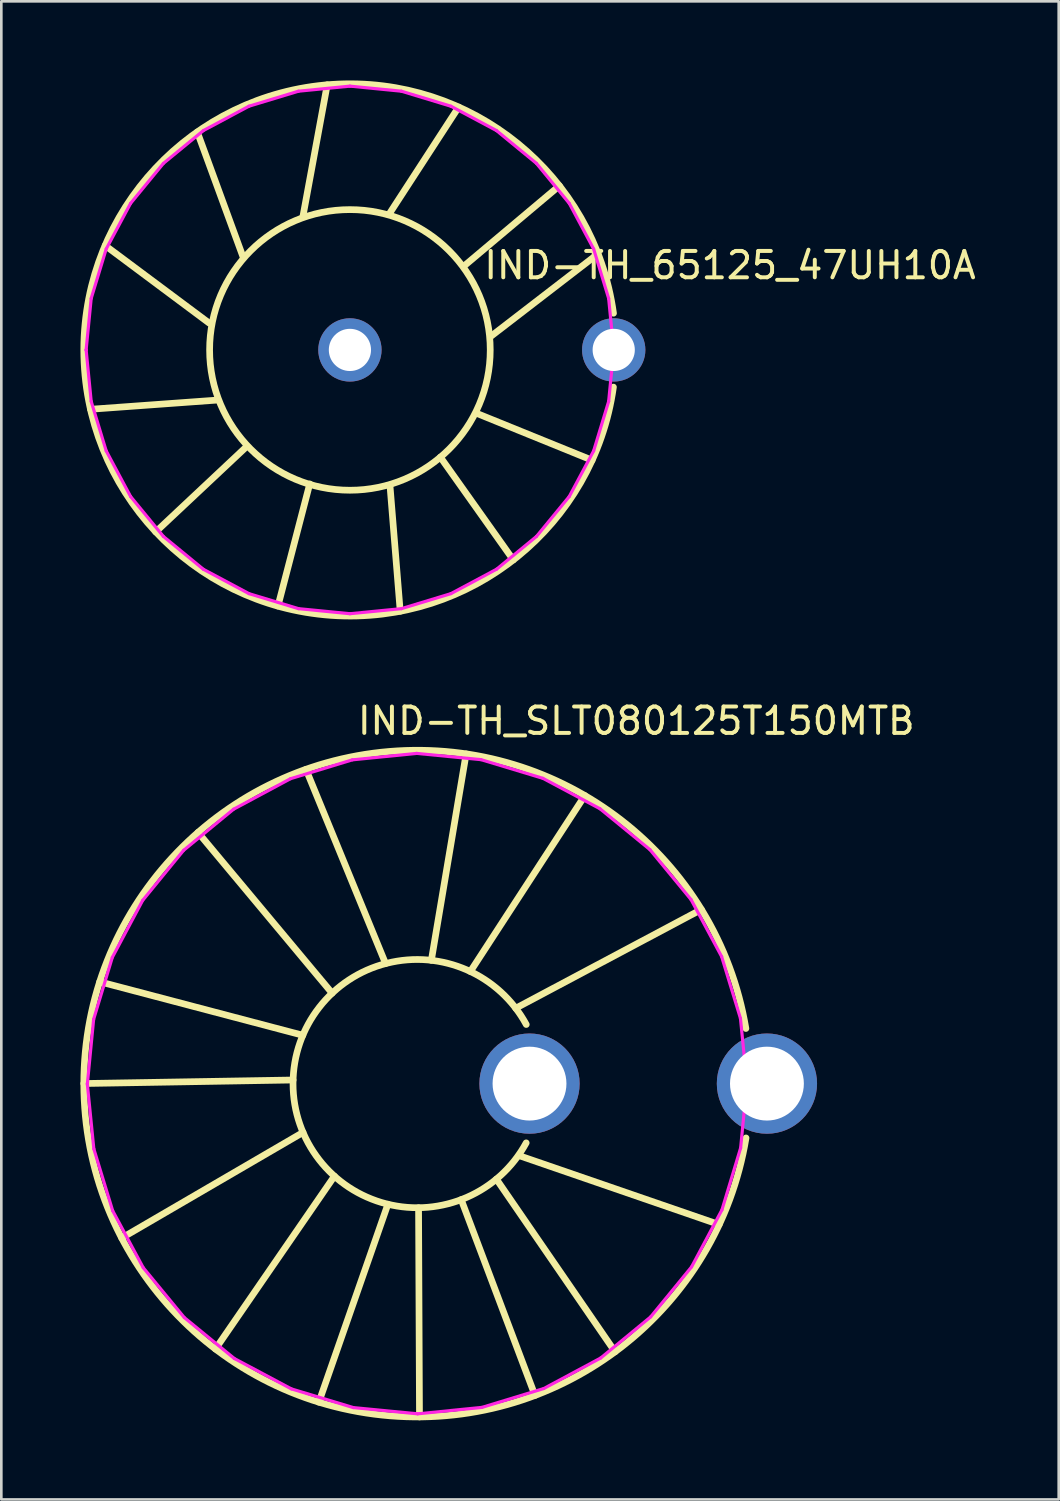
<source format=kicad_pcb>
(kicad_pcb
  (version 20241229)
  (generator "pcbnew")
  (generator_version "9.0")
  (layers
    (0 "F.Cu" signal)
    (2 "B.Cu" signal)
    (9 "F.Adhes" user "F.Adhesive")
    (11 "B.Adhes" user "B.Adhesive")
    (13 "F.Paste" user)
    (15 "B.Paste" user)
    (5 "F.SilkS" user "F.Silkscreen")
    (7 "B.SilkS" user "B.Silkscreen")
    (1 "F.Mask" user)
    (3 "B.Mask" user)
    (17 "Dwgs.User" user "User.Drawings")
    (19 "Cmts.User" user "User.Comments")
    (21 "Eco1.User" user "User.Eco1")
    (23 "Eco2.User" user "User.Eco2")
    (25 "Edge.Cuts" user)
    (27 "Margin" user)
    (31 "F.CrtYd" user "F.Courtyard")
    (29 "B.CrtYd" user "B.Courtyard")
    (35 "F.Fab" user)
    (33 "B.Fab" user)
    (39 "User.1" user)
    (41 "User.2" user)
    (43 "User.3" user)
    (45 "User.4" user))
  (footprint "IND-TH_65125_47UH10A"
    (layer "F.Cu")
    (at 15.215 10.215)
    (property "Reference" "IND-TH_65125_47UH10A" (at 0 -3.207 0) (layer "F.SilkS") (effects (font (size 1 1) (thickness 0.15)) (justify left)))
    (attr through_hole)
    (fp_line (start -14.833 2.25) (end -10.08 1.905) (stroke (width 0.254) (type solid)) (layer "F.SilkS"))
    (fp_line (start -14.279 -3.958) (end -10.334 -1.016) (stroke (width 0.254) (type solid)) (layer "F.SilkS"))
    (fp_line (start -12.361 6.897) (end -8.937 3.683) (stroke (width 0.254) (type solid)) (layer "F.SilkS"))
    (fp_line (start -10.786 -8.263) (end -9.064 -3.556) (stroke (width 0.254) (type solid)) (layer "F.SilkS"))
    (fp_line (start -7.729 9.711) (end -6.524 5.08) (stroke (width 0.254) (type solid)) (layer "F.SilkS"))
    (fp_line (start -5.861 -10.051) (end -6.778 -5.08) (stroke (width 0.254) (type solid)) (layer "F.SilkS"))
    (fp_line (start -3.094 9.906) (end -3.476 5.207) (stroke (width 0.254) (type solid)) (layer "F.SilkS"))
    (fp_line (start -0.878 -9.207) (end -3.476 -5.207) (stroke (width 0.254) (type solid)) (layer "F.SilkS"))
    (fp_line (start 0.334 -0.508) (end 4.406 -3.645) (stroke (width 0.254) (type solid)) (layer "F.SilkS"))
    (fp_line (start 1.194 7.962) (end -1.571 4.064) (stroke (width 0.254) (type solid)) (layer "F.SilkS"))
    (fp_line (start 2.94 -6.222) (end -0.682 -3.175) (stroke (width 0.254) (type solid)) (layer "F.SilkS"))
    (fp_line (start 4.18 4.181) (end -0.174 2.413) (stroke (width 0.254) (type solid)) (layer "F.SilkS"))
    (fp_arc (start 4.989 1.409) (mid -15.08788 -0.009128) (end 4.991533 -1.390921) (stroke (width 0.254) (type solid)) (layer "F.SilkS"))
    (fp_circle (center -5 0) (end 0.319 0) (stroke (width 0.254) (type solid)) (fill no) (layer "F.SilkS"))
    (fp_circle (center -5 0) (end -4.7 0) (stroke (width 0.6) (type solid)) (fill no) (layer "Eco2.User"))
    (fp_circle (center 5 0) (end 5.3 0) (stroke (width 0.6) (type solid)) (fill no) (layer "Eco2.User"))
    (fp_line (start -15 0) (end -15 0) (stroke (width 0.12) (type solid)) (layer "F.CrtYd"))
    (fp_line (start -15 0) (end -14.808 -1.951) (stroke (width 0.12) (type solid)) (layer "F.CrtYd"))
    (fp_line (start -14.808 -1.951) (end -14.239 -3.827) (stroke (width 0.12) (type solid)) (layer "F.CrtYd"))
    (fp_line (start -14.808 1.951) (end -15 0) (stroke (width 0.12) (type solid)) (layer "F.CrtYd"))
    (fp_line (start -14.239 -3.827) (end -13.315 -5.556) (stroke (width 0.12) (type solid)) (layer "F.CrtYd"))
    (fp_line (start -14.239 3.827) (end -14.808 1.951) (stroke (width 0.12) (type solid)) (layer "F.CrtYd"))
    (fp_line (start -13.315 -5.556) (end -12.071 -7.071) (stroke (width 0.12) (type solid)) (layer "F.CrtYd"))
    (fp_line (start -13.315 5.556) (end -14.239 3.827) (stroke (width 0.12) (type solid)) (layer "F.CrtYd"))
    (fp_line (start -12.071 -7.071) (end -10.556 -8.315) (stroke (width 0.12) (type solid)) (layer "F.CrtYd"))
    (fp_line (start -12.071 7.071) (end -13.315 5.556) (stroke (width 0.12) (type solid)) (layer "F.CrtYd"))
    (fp_line (start -10.556 -8.315) (end -8.827 -9.239) (stroke (width 0.12) (type solid)) (layer "F.CrtYd"))
    (fp_line (start -10.556 8.315) (end -12.071 7.071) (stroke (width 0.12) (type solid)) (layer "F.CrtYd"))
    (fp_line (start -8.827 -9.239) (end -6.951 -9.808) (stroke (width 0.12) (type solid)) (layer "F.CrtYd"))
    (fp_line (start -8.827 9.239) (end -10.556 8.315) (stroke (width 0.12) (type solid)) (layer "F.CrtYd"))
    (fp_line (start -6.951 -9.808) (end -5 -10) (stroke (width 0.12) (type solid)) (layer "F.CrtYd"))
    (fp_line (start -6.951 9.808) (end -8.827 9.239) (stroke (width 0.12) (type solid)) (layer "F.CrtYd"))
    (fp_line (start -5 -10) (end -3.049 -9.808) (stroke (width 0.12) (type solid)) (layer "F.CrtYd"))
    (fp_line (start -5 10) (end -6.951 9.808) (stroke (width 0.12) (type solid)) (layer "F.CrtYd"))
    (fp_line (start -3.049 -9.808) (end -1.173 -9.239) (stroke (width 0.12) (type solid)) (layer "F.CrtYd"))
    (fp_line (start -3.049 9.808) (end -5 10) (stroke (width 0.12) (type solid)) (layer "F.CrtYd"))
    (fp_line (start -1.173 -9.239) (end 0.556 -8.315) (stroke (width 0.12) (type solid)) (layer "F.CrtYd"))
    (fp_line (start -1.173 9.239) (end -3.049 9.808) (stroke (width 0.12) (type solid)) (layer "F.CrtYd"))
    (fp_line (start 0.556 -8.315) (end 2.071 -7.071) (stroke (width 0.12) (type solid)) (layer "F.CrtYd"))
    (fp_line (start 0.556 8.315) (end -1.173 9.239) (stroke (width 0.12) (type solid)) (layer "F.CrtYd"))
    (fp_line (start 2.071 -7.071) (end 3.315 -5.556) (stroke (width 0.12) (type solid)) (layer "F.CrtYd"))
    (fp_line (start 2.071 7.071) (end 0.556 8.315) (stroke (width 0.12) (type solid)) (layer "F.CrtYd"))
    (fp_line (start 3.315 -5.556) (end 4.239 -3.827) (stroke (width 0.12) (type solid)) (layer "F.CrtYd"))
    (fp_line (start 3.315 5.556) (end 2.071 7.071) (stroke (width 0.12) (type solid)) (layer "F.CrtYd"))
    (fp_line (start 4.239 -3.827) (end 4.808 -1.951) (stroke (width 0.12) (type solid)) (layer "F.CrtYd"))
    (fp_line (start 4.239 3.827) (end 3.315 5.556) (stroke (width 0.12) (type solid)) (layer "F.CrtYd"))
    (fp_line (start 4.808 -1.951) (end 5 0) (stroke (width 0.12) (type solid)) (layer "F.CrtYd"))
    (fp_line (start 4.808 1.951) (end 4.239 3.827) (stroke (width 0.12) (type solid)) (layer "F.CrtYd"))
    (fp_line (start 5 0) (end 4.808 1.951) (stroke (width 0.12) (type solid)) (layer "F.CrtYd"))
    (pad "1" thru_hole circle (at -5 0) (size 2.4 2.4) (drill 1.6) (layers "*.Cu" "*.Mask"))
    (pad "2" thru_hole circle (at 5 0) (size 2.4 2.4) (drill 1.6) (layers "*.Cu" "*.Mask")))
  (footprint "IND-TH_SLT080125T150MTB"
    (layer "F.Cu")
    (at 21.523 38.028)
    (property "Reference" "IND-TH_SLT080125T150MTB" (at -11.1 -13.75 0) (layer "F.SilkS") (effects (font (size 1 1) (thickness 0.15)) (justify left)))
    (attr through_hole)
    (fp_line (start -13.463 -0.137) (end -21.396 -0.003) (stroke (width 0.254) (type solid)) (layer "F.SilkS"))
    (fp_line (start -13.093 -1.833) (end -20.792 -3.86) (stroke (width 0.254) (type solid)) (layer "F.SilkS"))
    (fp_line (start -13.086 1.85) (end -19.959 5.853) (stroke (width 0.254) (type solid)) (layer "F.SilkS"))
    (fp_line (start -11.982 -3.428) (end -17.067 -9.522) (stroke (width 0.254) (type solid)) (layer "F.SilkS"))
    (fp_line (start -11.896 3.507) (end -16.406 10.061) (stroke (width 0.254) (type solid)) (layer "F.SilkS"))
    (fp_line (start -9.956 -4.55) (end -12.974 -11.913) (stroke (width 0.254) (type solid)) (layer "F.SilkS"))
    (fp_line (start -9.869 4.572) (end -12.485 12.075) (stroke (width 0.254) (type solid)) (layer "F.SilkS"))
    (fp_line (start -8.706 4.704) (end -8.671 12.636) (stroke (width 0.254) (type solid)) (layer "F.SilkS"))
    (fp_line (start -8.221 -4.674) (end -6.903 -12.499) (stroke (width 0.254) (type solid)) (layer "F.SilkS"))
    (fp_line (start -7.089 4.398) (end -4.292 11.82) (stroke (width 0.254) (type solid)) (layer "F.SilkS"))
    (fp_line (start -6.742 -4.25) (end -2.403 -10.92) (stroke (width 0.254) (type solid)) (layer "F.SilkS"))
    (fp_line (start -5.756 3.62) (end -1.257 10.167) (stroke (width 0.254) (type solid)) (layer "F.SilkS"))
    (fp_line (start -5.023 -2.858) (end 2.015 -6.601) (stroke (width 0.254) (type solid)) (layer "F.SilkS"))
    (fp_line (start -4.899 2.729) (end 2.69 5.344) (stroke (width 0.254) (type solid)) (layer "F.SilkS"))
    (fp_arc (start -4.626 2.246) (mid -13.464728 -0.002761) (end -4.623366 -2.241146) (stroke (width 0.254) (type solid)) (layer "F.SilkS"))
    (fp_arc (start 3.707 2.06) (mid -21.396038 0.015063) (end 3.702053 -2.089718) (stroke (width 0.254) (type solid)) (layer "F.SilkS"))
    (fp_line (start 3.72 -0.6) (end 5.09 -0.6) (stroke (width 0.12) (type solid)) (layer "Eco2.User"))
    (fp_line (start 3.72 0.6) (end 3.72 -0.6) (stroke (width 0.12) (type solid)) (layer "Eco2.User"))
    (fp_line (start 5.09 -0.6) (end 5.09 0.6) (stroke (width 0.12) (type solid)) (layer "Eco2.User"))
    (fp_line (start 5.09 0.6) (end 3.72 0.6) (stroke (width 0.12) (type solid)) (layer "Eco2.User"))
    (fp_circle (center -4.5 0) (end -3.9 0) (stroke (width 1.2) (type solid)) (fill no) (layer "Eco2.User"))
    (fp_circle (center 4.5 0) (end 5.1 0) (stroke (width 1.2) (type solid)) (fill no) (layer "Eco2.User"))
    (fp_circle (center 5.7 -12.518) (end 5.73 -12.518) (stroke (width 0.06) (type solid)) (fill no) (layer "Eco2.User"))
    (fp_line (start -21.26 0) (end -21.26 0) (stroke (width 0.12) (type solid)) (layer "F.CrtYd"))
    (fp_line (start -21.26 0) (end -21.023 -2.439) (stroke (width 0.12) (type solid)) (layer "F.CrtYd"))
    (fp_line (start -21.26 0.036) (end -21.26 0) (stroke (width 0.12) (type solid)) (layer "F.CrtYd"))
    (fp_line (start -21.023 -2.439) (end -20.315 -4.785) (stroke (width 0.12) (type solid)) (layer "F.CrtYd"))
    (fp_line (start -21.016 2.474) (end -21.26 0.036) (stroke (width 0.12) (type solid)) (layer "F.CrtYd"))
    (fp_line (start -20.315 -4.785) (end -19.163 -6.948) (stroke (width 0.12) (type solid)) (layer "F.CrtYd"))
    (fp_line (start -20.302 4.818) (end -21.016 2.474) (stroke (width 0.12) (type solid)) (layer "F.CrtYd"))
    (fp_line (start -19.163 -6.948) (end -17.612 -8.844) (stroke (width 0.12) (type solid)) (layer "F.CrtYd"))
    (fp_line (start -19.144 6.977) (end -20.302 4.818) (stroke (width 0.12) (type solid)) (layer "F.CrtYd"))
    (fp_line (start -17.612 -8.844) (end -15.72 -10.401) (stroke (width 0.12) (type solid)) (layer "F.CrtYd"))
    (fp_line (start -17.586 8.869) (end -19.144 6.977) (stroke (width 0.12) (type solid)) (layer "F.CrtYd"))
    (fp_line (start -15.72 -10.401) (end -13.56 -11.559) (stroke (width 0.12) (type solid)) (layer "F.CrtYd"))
    (fp_line (start -15.69 10.421) (end -17.586 8.869) (stroke (width 0.12) (type solid)) (layer "F.CrtYd"))
    (fp_line (start -13.56 -11.559) (end -11.216 -12.274) (stroke (width 0.12) (type solid)) (layer "F.CrtYd"))
    (fp_line (start -13.527 11.573) (end -15.69 10.421) (stroke (width 0.12) (type solid)) (layer "F.CrtYd"))
    (fp_line (start -11.216 -12.274) (end -8.778 -12.518) (stroke (width 0.12) (type solid)) (layer "F.CrtYd"))
    (fp_line (start -11.181 12.281) (end -13.527 11.573) (stroke (width 0.12) (type solid)) (layer "F.CrtYd"))
    (fp_line (start -8.778 -12.518) (end -6.339 -12.281) (stroke (width 0.12) (type solid)) (layer "F.CrtYd"))
    (fp_line (start -8.742 12.518) (end -11.181 12.281) (stroke (width 0.12) (type solid)) (layer "F.CrtYd"))
    (fp_line (start -6.339 -12.281) (end -3.993 -11.573) (stroke (width 0.12) (type solid)) (layer "F.CrtYd"))
    (fp_line (start -6.304 12.274) (end -8.742 12.518) (stroke (width 0.12) (type solid)) (layer "F.CrtYd"))
    (fp_line (start -3.993 -11.573) (end -1.83 -10.421) (stroke (width 0.12) (type solid)) (layer "F.CrtYd"))
    (fp_line (start -3.96 11.559) (end -6.304 12.274) (stroke (width 0.12) (type solid)) (layer "F.CrtYd"))
    (fp_line (start -1.83 -10.421) (end 0.066 -8.869) (stroke (width 0.12) (type solid)) (layer "F.CrtYd"))
    (fp_line (start -1.801 10.401) (end -3.96 11.559) (stroke (width 0.12) (type solid)) (layer "F.CrtYd"))
    (fp_line (start 0.066 -8.869) (end 1.623 -6.977) (stroke (width 0.12) (type solid)) (layer "F.CrtYd"))
    (fp_line (start 0.091 8.844) (end -1.801 10.401) (stroke (width 0.12) (type solid)) (layer "F.CrtYd"))
    (fp_line (start 1.623 -6.977) (end 2.782 -4.818) (stroke (width 0.12) (type solid)) (layer "F.CrtYd"))
    (fp_line (start 1.643 6.948) (end 0.091 8.844) (stroke (width 0.12) (type solid)) (layer "F.CrtYd"))
    (fp_line (start 2.782 -4.818) (end 3.496 -2.474) (stroke (width 0.12) (type solid)) (layer "F.CrtYd"))
    (fp_line (start 2.795 4.785) (end 1.643 6.948) (stroke (width 0.12) (type solid)) (layer "F.CrtYd"))
    (fp_line (start 3.496 -2.474) (end 3.74 -0.036) (stroke (width 0.12) (type solid)) (layer "F.CrtYd"))
    (fp_line (start 3.503 2.439) (end 2.795 4.785) (stroke (width 0.12) (type solid)) (layer "F.CrtYd"))
    (fp_line (start 3.74 -0.036) (end 3.74 0) (stroke (width 0.12) (type solid)) (layer "F.CrtYd"))
    (fp_line (start 3.74 0) (end 3.503 2.439) (stroke (width 0.12) (type solid)) (layer "F.CrtYd"))
    (pad "1" thru_hole circle (at 4.5 0) (size 3.8 3.8) (drill 2.8) (layers "*.Cu" "*.Mask"))
    (pad "2" thru_hole circle (at -4.5 0) (size 3.8 3.8) (drill 2.8) (layers "*.Cu" "*.Mask")))
  (gr_rect
    (start -3 -3)
    (end 37.084 53.791)
    (stroke (width 0.1) (type default))
    (fill no)
    (layer "Edge.Cuts")))
</source>
